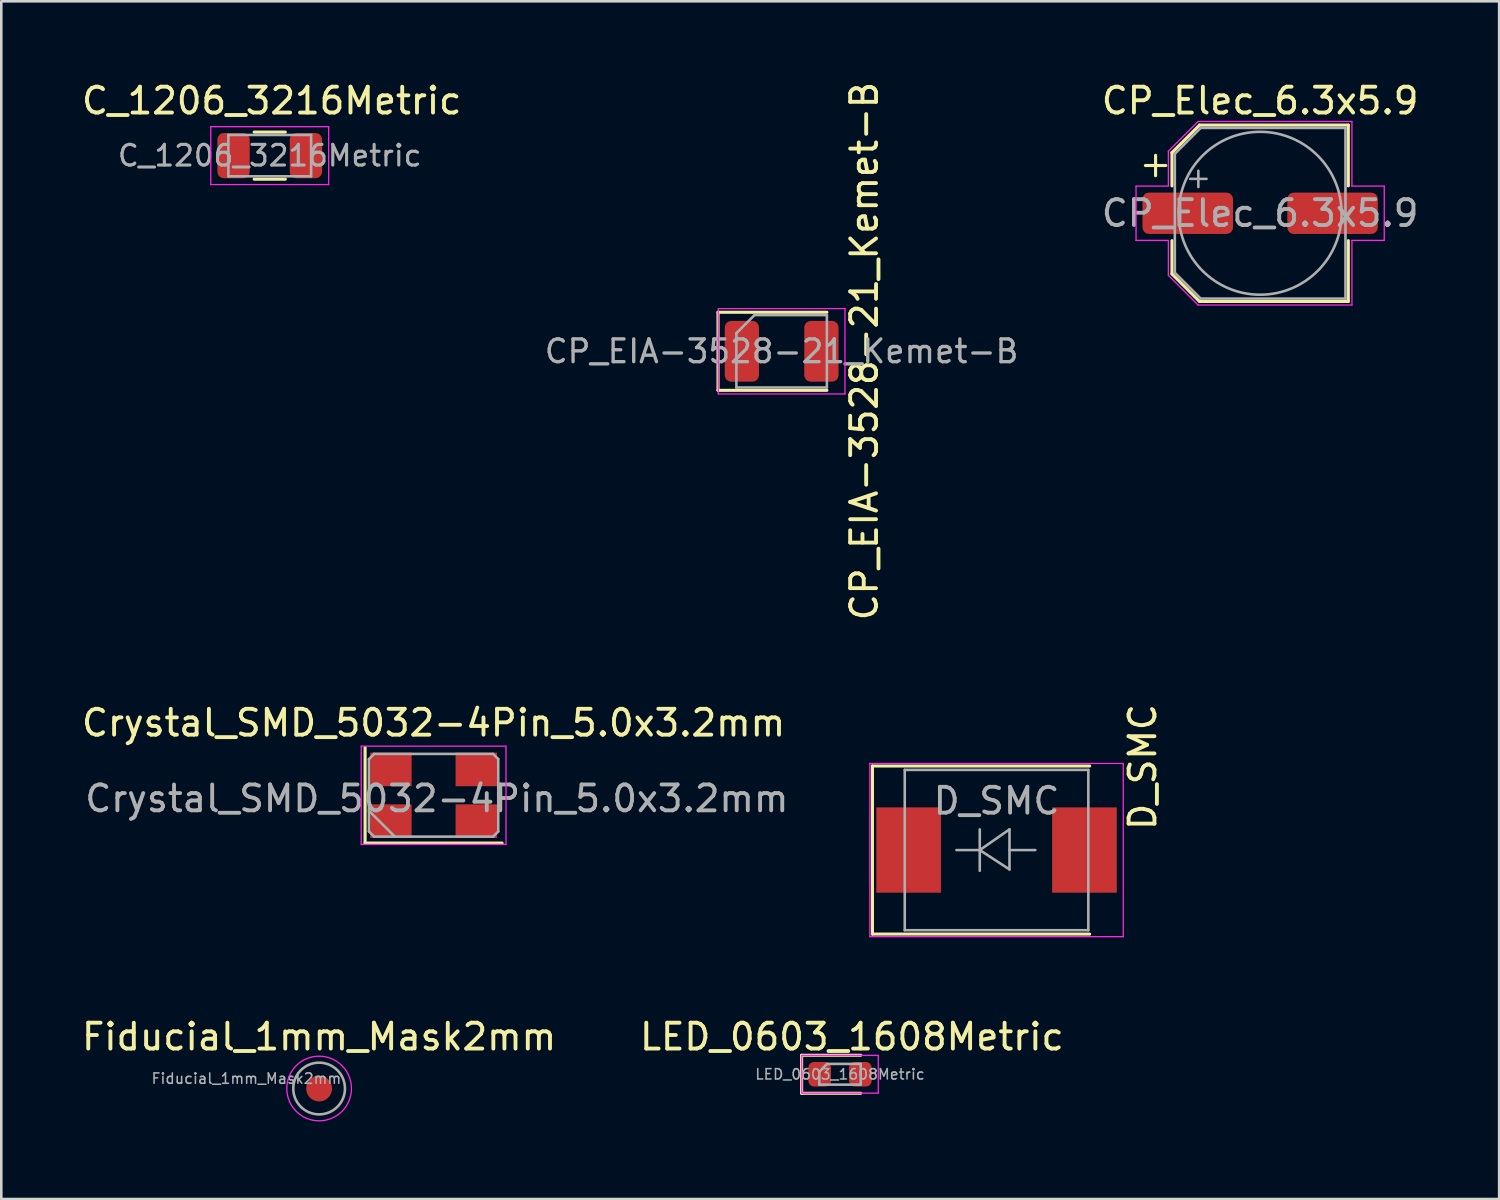
<source format=kicad_pcb>
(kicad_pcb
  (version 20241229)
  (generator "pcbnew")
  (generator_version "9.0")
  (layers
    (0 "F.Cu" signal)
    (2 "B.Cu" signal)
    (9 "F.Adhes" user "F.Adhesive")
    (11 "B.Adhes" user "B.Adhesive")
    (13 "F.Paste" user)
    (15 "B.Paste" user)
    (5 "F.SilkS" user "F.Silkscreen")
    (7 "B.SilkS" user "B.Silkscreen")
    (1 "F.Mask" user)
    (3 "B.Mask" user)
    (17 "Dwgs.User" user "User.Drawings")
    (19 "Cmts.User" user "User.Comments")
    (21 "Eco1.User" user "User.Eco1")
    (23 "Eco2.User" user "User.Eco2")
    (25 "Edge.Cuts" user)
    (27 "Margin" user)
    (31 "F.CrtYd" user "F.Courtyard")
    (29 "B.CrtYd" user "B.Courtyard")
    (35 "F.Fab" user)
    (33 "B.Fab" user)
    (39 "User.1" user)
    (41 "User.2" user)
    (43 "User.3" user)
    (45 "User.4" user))
  (footprint "CP_Elec_6.3x5.9"
    (layer "F.Cu")
    (at 45.687 5.198)
    (property "Reference" "CP_Elec_6.3x5.9" (at 0 -4.35 180) (layer "F.SilkS") (effects (font (size 1 1) (thickness 0.15))))
    (attr smd)
    (fp_line (start -4.438 -1.847) (end -3.65 -1.847) (stroke (width 0.12) (type solid)) (layer "F.SilkS"))
    (fp_line (start -4.044 -2.241) (end -4.044 -1.454) (stroke (width 0.12) (type solid)) (layer "F.SilkS"))
    (fp_line (start -3.41 -2.346) (end -3.41 -1.06) (stroke (width 0.12) (type solid)) (layer "F.SilkS"))
    (fp_line (start -3.41 -2.346) (end -2.346 -3.41) (stroke (width 0.12) (type solid)) (layer "F.SilkS"))
    (fp_line (start -3.41 2.346) (end -3.41 1.06) (stroke (width 0.12) (type solid)) (layer "F.SilkS"))
    (fp_line (start -3.41 2.346) (end -2.346 3.41) (stroke (width 0.12) (type solid)) (layer "F.SilkS"))
    (fp_line (start -2.346 -3.41) (end 3.41 -3.41) (stroke (width 0.12) (type solid)) (layer "F.SilkS"))
    (fp_line (start -2.346 3.41) (end 3.41 3.41) (stroke (width 0.12) (type solid)) (layer "F.SilkS"))
    (fp_line (start 3.41 -3.41) (end 3.41 -1.06) (stroke (width 0.12) (type solid)) (layer "F.SilkS"))
    (fp_line (start 3.41 3.41) (end 3.41 1.06) (stroke (width 0.12) (type solid)) (layer "F.SilkS"))
    (fp_line (start -4.8 -1.05) (end -4.8 1.05) (stroke (width 0.05) (type solid)) (layer "F.CrtYd"))
    (fp_line (start -4.8 1.05) (end -3.55 1.05) (stroke (width 0.05) (type solid)) (layer "F.CrtYd"))
    (fp_line (start -3.55 -2.4) (end -3.55 -1.05) (stroke (width 0.05) (type solid)) (layer "F.CrtYd"))
    (fp_line (start -3.55 -2.4) (end -2.4 -3.55) (stroke (width 0.05) (type solid)) (layer "F.CrtYd"))
    (fp_line (start -3.55 -1.05) (end -4.8 -1.05) (stroke (width 0.05) (type solid)) (layer "F.CrtYd"))
    (fp_line (start -3.55 1.05) (end -3.55 2.4) (stroke (width 0.05) (type solid)) (layer "F.CrtYd"))
    (fp_line (start -3.55 2.4) (end -2.4 3.55) (stroke (width 0.05) (type solid)) (layer "F.CrtYd"))
    (fp_line (start -2.4 -3.55) (end 3.55 -3.55) (stroke (width 0.05) (type solid)) (layer "F.CrtYd"))
    (fp_line (start -2.4 3.55) (end 3.55 3.55) (stroke (width 0.05) (type solid)) (layer "F.CrtYd"))
    (fp_line (start 3.55 -3.55) (end 3.55 -1.05) (stroke (width 0.05) (type solid)) (layer "F.CrtYd"))
    (fp_line (start 3.55 -1.05) (end 4.8 -1.05) (stroke (width 0.05) (type solid)) (layer "F.CrtYd"))
    (fp_line (start 3.55 1.05) (end 3.55 3.55) (stroke (width 0.05) (type solid)) (layer "F.CrtYd"))
    (fp_line (start 4.8 -1.05) (end 4.8 1.05) (stroke (width 0.05) (type solid)) (layer "F.CrtYd"))
    (fp_line (start 4.8 1.05) (end 3.55 1.05) (stroke (width 0.05) (type solid)) (layer "F.CrtYd"))
    (fp_line (start -3.3 -2.3) (end -3.3 2.3) (stroke (width 0.1) (type solid)) (layer "F.Fab"))
    (fp_line (start -3.3 -2.3) (end -2.3 -3.3) (stroke (width 0.1) (type solid)) (layer "F.Fab"))
    (fp_line (start -3.3 2.3) (end -2.3 3.3) (stroke (width 0.1) (type solid)) (layer "F.Fab"))
    (fp_line (start -2.705 -1.33) (end -2.075 -1.33) (stroke (width 0.1) (type solid)) (layer "F.Fab"))
    (fp_line (start -2.39 -1.645) (end -2.39 -1.015) (stroke (width 0.1) (type solid)) (layer "F.Fab"))
    (fp_line (start -2.3 -3.3) (end 3.3 -3.3) (stroke (width 0.1) (type solid)) (layer "F.Fab"))
    (fp_line (start -2.3 3.3) (end 3.3 3.3) (stroke (width 0.1) (type solid)) (layer "F.Fab"))
    (fp_line (start 3.3 -3.3) (end 3.3 3.3) (stroke (width 0.1) (type solid)) (layer "F.Fab"))
    (fp_circle (center 0 0) (end 3.15 0) (stroke (width 0.1) (type solid)) (fill no) (layer "F.Fab"))
    (fp_text user "${REFERENCE}" (at 0 0 180) (layer "F.Fab") (effects (font (size 1 1) (thickness 0.15))))
    (pad "1" smd roundrect (at -2.8 0) (size 3.5 1.6) (layers "F.Cu" "F.Mask" "F.Paste") (roundrect_rratio 0.156))
    (pad "2" smd roundrect (at 2.8 0) (size 3.5 1.6) (layers "F.Cu" "F.Mask" "F.Paste") (roundrect_rratio 0.156)))
  (footprint "CP_EIA-3528-21_Kemet-B"
    (layer "F.Cu")
    (at 27.18 10.537)
    (property "Reference" "CP_EIA-3528-21_Kemet-B" (at 3.196 -0.007 90) (layer "F.SilkS") (effects (font (size 1 1) (thickness 0.15))))
    (attr smd)
    (fp_line (start -2.46 -1.51) (end -2.46 1.51) (stroke (width 0.12) (type solid)) (layer "F.SilkS"))
    (fp_line (start -2.46 1.51) (end 1.75 1.51) (stroke (width 0.12) (type solid)) (layer "F.SilkS"))
    (fp_line (start 1.75 -1.51) (end -2.46 -1.51) (stroke (width 0.12) (type solid)) (layer "F.SilkS"))
    (fp_line (start -2.45 -1.65) (end 2.45 -1.65) (stroke (width 0.05) (type solid)) (layer "F.CrtYd"))
    (fp_line (start -2.45 1.65) (end -2.45 -1.65) (stroke (width 0.05) (type solid)) (layer "F.CrtYd"))
    (fp_line (start 2.45 -1.65) (end 2.45 1.65) (stroke (width 0.05) (type solid)) (layer "F.CrtYd"))
    (fp_line (start 2.45 1.65) (end -2.45 1.65) (stroke (width 0.05) (type solid)) (layer "F.CrtYd"))
    (fp_line (start -1.75 -0.7) (end -1.75 1.4) (stroke (width 0.1) (type solid)) (layer "F.Fab"))
    (fp_line (start -1.75 1.4) (end 1.75 1.4) (stroke (width 0.1) (type solid)) (layer "F.Fab"))
    (fp_line (start -1.05 -1.4) (end -1.75 -0.7) (stroke (width 0.1) (type solid)) (layer "F.Fab"))
    (fp_line (start 1.75 -1.4) (end -1.05 -1.4) (stroke (width 0.1) (type solid)) (layer "F.Fab"))
    (fp_line (start 1.75 1.4) (end 1.75 -1.4) (stroke (width 0.1) (type solid)) (layer "F.Fab"))
    (fp_text user "${REFERENCE}" (at 0 0 0) (layer "F.Fab") (effects (font (size 0.88 0.88) (thickness 0.13))))
    (pad "1" smd roundrect (at -1.538 0) (size 1.325 2.35) (layers "F.Cu" "F.Mask" "F.Paste") (roundrect_rratio 0.189))
    (pad "2" smd roundrect (at 1.538 0) (size 1.325 2.35) (layers "F.Cu" "F.Mask" "F.Paste") (roundrect_rratio 0.189)))
  (footprint "D_SMC"
    (layer "F.Cu")
    (at 35.492 29.826)
    (property "Reference" "D_SMC" (at 5.652 -3.213 90) (layer "F.SilkS") (effects (font (size 1 1) (thickness 0.15))))
    (attr smd)
    (fp_line (start -4.8 -3.25) (end 3.6 -3.25) (stroke (width 0.12) (type solid)) (layer "F.SilkS"))
    (fp_line (start -4.8 3.25) (end -4.8 -3.25) (stroke (width 0.12) (type solid)) (layer "F.SilkS"))
    (fp_line (start -4.8 3.25) (end 3.6 3.25) (stroke (width 0.12) (type solid)) (layer "F.SilkS"))
    (fp_line (start -4.9 -3.35) (end 4.9 -3.35) (stroke (width 0.05) (type solid)) (layer "F.CrtYd"))
    (fp_line (start -4.9 3.35) (end -4.9 -3.35) (stroke (width 0.05) (type solid)) (layer "F.CrtYd"))
    (fp_line (start 4.9 -3.35) (end 4.9 3.35) (stroke (width 0.05) (type solid)) (layer "F.CrtYd"))
    (fp_line (start 4.9 3.35) (end -4.9 3.35) (stroke (width 0.05) (type solid)) (layer "F.CrtYd"))
    (fp_line (start -3.55 3.1) (end -3.55 -3.1) (stroke (width 0.1) (type solid)) (layer "F.Fab"))
    (fp_line (start -0.649 -0.799) (end -0.649 0.801) (stroke (width 0.1) (type solid)) (layer "F.Fab"))
    (fp_line (start -0.649 0.001) (end -1.551 0.001) (stroke (width 0.1) (type solid)) (layer "F.Fab"))
    (fp_line (start -0.649 0.001) (end 0.501 -0.799) (stroke (width 0.1) (type solid)) (layer "F.Fab"))
    (fp_line (start -0.649 0.001) (end 0.501 0.75) (stroke (width 0.1) (type solid)) (layer "F.Fab"))
    (fp_line (start 0.501 0.001) (end 1.499 0.001) (stroke (width 0.1) (type solid)) (layer "F.Fab"))
    (fp_line (start 0.501 0.75) (end 0.501 -0.799) (stroke (width 0.1) (type solid)) (layer "F.Fab"))
    (fp_line (start 3.55 -3.1) (end -3.55 -3.1) (stroke (width 0.1) (type solid)) (layer "F.Fab"))
    (fp_line (start 3.55 -3.1) (end 3.55 3.1) (stroke (width 0.1) (type solid)) (layer "F.Fab"))
    (fp_line (start 3.55 3.1) (end -3.55 3.1) (stroke (width 0.1) (type solid)) (layer "F.Fab"))
    (fp_text user "${REFERENCE}" (at 0 -1.9 0) (layer "F.Fab") (effects (font (size 1 1) (thickness 0.15))))
    (pad "1" smd rect (at -3.4 0 90) (size 3.3 2.5) (layers "F.Cu" "F.Mask" "F.Paste"))
    (pad "2" smd rect (at 3.4 0 90) (size 3.3 2.5) (layers "F.Cu" "F.Mask" "F.Paste")))
  (footprint "LED_0603_1608Metric"
    (layer "F.Cu")
    (at 29.438 38.498)
    (property "Reference" "LED_0603_1608Metric" (at 0.46 -1.449 180) (layer "F.SilkS") (effects (font (size 1 1) (thickness 0.15))))
    (attr smd)
    (fp_line (start -1.485 -0.735) (end -1.485 0.735) (stroke (width 0.12) (type solid)) (layer "F.SilkS"))
    (fp_line (start -1.485 0.735) (end 0.8 0.735) (stroke (width 0.12) (type solid)) (layer "F.SilkS"))
    (fp_line (start 0.8 -0.735) (end -1.485 -0.735) (stroke (width 0.12) (type solid)) (layer "F.SilkS"))
    (fp_line (start -1.48 -0.73) (end 1.48 -0.73) (stroke (width 0.05) (type solid)) (layer "F.CrtYd"))
    (fp_line (start -1.48 0.73) (end -1.48 -0.73) (stroke (width 0.05) (type solid)) (layer "F.CrtYd"))
    (fp_line (start 1.48 -0.73) (end 1.48 0.73) (stroke (width 0.05) (type solid)) (layer "F.CrtYd"))
    (fp_line (start 1.48 0.73) (end -1.48 0.73) (stroke (width 0.05) (type solid)) (layer "F.CrtYd"))
    (fp_line (start -0.8 -0.1) (end -0.8 0.4) (stroke (width 0.1) (type solid)) (layer "F.Fab"))
    (fp_line (start -0.8 0.4) (end 0.8 0.4) (stroke (width 0.1) (type solid)) (layer "F.Fab"))
    (fp_line (start -0.5 -0.4) (end -0.8 -0.1) (stroke (width 0.1) (type solid)) (layer "F.Fab"))
    (fp_line (start 0.8 -0.4) (end -0.5 -0.4) (stroke (width 0.1) (type solid)) (layer "F.Fab"))
    (fp_line (start 0.8 0.4) (end 0.8 -0.4) (stroke (width 0.1) (type solid)) (layer "F.Fab"))
    (fp_text user "${REFERENCE}" (at 0 0 180) (layer "F.Fab") (effects (font (size 0.4 0.4) (thickness 0.06))))
    (pad "1" smd roundrect (at -0.787 0) (size 0.875 0.95) (layers "F.Cu" "F.Mask" "F.Paste") (roundrect_rratio 0.25))
    (pad "2" smd roundrect (at 0.787 0) (size 0.875 0.95) (layers "F.Cu" "F.Mask" "F.Paste") (roundrect_rratio 0.25)))
  (footprint "Fiducial_1mm_Mask2mm"
    (layer "F.Cu")
    (at 9.292 39.049)
    (property "Reference" "Fiducial_1mm_Mask2mm" (at 0 -2 0) (layer "F.SilkS") (effects (font (size 1 1) (thickness 0.15))))
    (attr smd)
    (fp_circle (center 0 0) (end 1.25 0) (stroke (width 0.05) (type solid)) (fill no) (layer "F.CrtYd"))
    (fp_circle (center 0 0) (end 1 0) (stroke (width 0.1) (type solid)) (fill no) (layer "F.Fab"))
    (fp_text user "${REFERENCE}" (at -2.812 -0.385 0) (layer "F.Fab") (effects (font (size 0.4 0.4) (thickness 0.06))))
    (pad "" smd circle (at 0 0) (size 1 1) (layers "F.Cu" "F.Mask")))
  (footprint "Crystal_SMD_5032-4Pin_5.0x3.2mm"
    (layer "F.Cu")
    (at 13.72 27.708)
    (property "Reference" "Crystal_SMD_5032-4Pin_5.0x3.2mm" (at 0 -2.8 0) (layer "F.SilkS") (effects (font (size 1 1) (thickness 0.15))))
    (attr smd)
    (fp_line (start -2.65 -1.85) (end -2.65 1.85) (stroke (width 0.12) (type solid)) (layer "F.SilkS"))
    (fp_line (start -2.65 1.85) (end 2.65 1.85) (stroke (width 0.12) (type solid)) (layer "F.SilkS"))
    (fp_line (start -2.8 -1.9) (end -2.8 1.9) (stroke (width 0.05) (type solid)) (layer "F.CrtYd"))
    (fp_line (start -2.8 1.9) (end 2.8 1.9) (stroke (width 0.05) (type solid)) (layer "F.CrtYd"))
    (fp_line (start 2.8 -1.9) (end -2.8 -1.9) (stroke (width 0.05) (type solid)) (layer "F.CrtYd"))
    (fp_line (start 2.8 1.9) (end 2.8 -1.9) (stroke (width 0.05) (type solid)) (layer "F.CrtYd"))
    (fp_line (start -2.5 -1.4) (end -2.3 -1.6) (stroke (width 0.1) (type solid)) (layer "F.Fab"))
    (fp_line (start -2.5 0.6) (end -1.5 1.6) (stroke (width 0.1) (type solid)) (layer "F.Fab"))
    (fp_line (start -2.5 1.4) (end -2.5 -1.4) (stroke (width 0.1) (type solid)) (layer "F.Fab"))
    (fp_line (start -2.3 -1.6) (end 2.3 -1.6) (stroke (width 0.1) (type solid)) (layer "F.Fab"))
    (fp_line (start -2.3 1.6) (end -2.5 1.4) (stroke (width 0.1) (type solid)) (layer "F.Fab"))
    (fp_line (start 2.3 -1.6) (end 2.5 -1.4) (stroke (width 0.1) (type solid)) (layer "F.Fab"))
    (fp_line (start 2.3 1.6) (end -2.3 1.6) (stroke (width 0.1) (type solid)) (layer "F.Fab"))
    (fp_line (start 2.5 -1.4) (end 2.5 1.4) (stroke (width 0.1) (type solid)) (layer "F.Fab"))
    (fp_line (start 2.5 1.4) (end 2.3 1.6) (stroke (width 0.1) (type solid)) (layer "F.Fab"))
    (fp_text user "${REFERENCE}" (at 0.127 0.127 0) (layer "F.Fab") (effects (font (size 1 1) (thickness 0.15))))
    (pad "1" smd rect (at -1.65 1) (size 1.6 1.3) (layers "F.Cu" "F.Mask" "F.Paste"))
    (pad "2" smd rect (at 1.65 1) (size 1.6 1.3) (layers "F.Cu" "F.Mask" "F.Paste"))
    (pad "3" smd rect (at 1.65 -1) (size 1.6 1.3) (layers "F.Cu" "F.Mask" "F.Paste"))
    (pad "4" smd rect (at -1.65 -1) (size 1.6 1.3) (layers "F.Cu" "F.Mask" "F.Paste")))
  (footprint "C_1206_3216Metric"
    (layer "F.Cu")
    (at 7.382 2.969)
    (property "Reference" "C_1206_3216Metric" (at 0.076 -2.121 0) (layer "F.SilkS") (effects (font (size 1 1) (thickness 0.15))))
    (attr smd)
    (fp_line (start -0.602 -0.91) (end 0.602 -0.91) (stroke (width 0.12) (type solid)) (layer "F.SilkS"))
    (fp_line (start -0.602 0.91) (end 0.602 0.91) (stroke (width 0.12) (type solid)) (layer "F.SilkS"))
    (fp_line (start -2.28 -1.12) (end 2.28 -1.12) (stroke (width 0.05) (type solid)) (layer "F.CrtYd"))
    (fp_line (start -2.28 1.12) (end -2.28 -1.12) (stroke (width 0.05) (type solid)) (layer "F.CrtYd"))
    (fp_line (start 2.28 -1.12) (end 2.28 1.12) (stroke (width 0.05) (type solid)) (layer "F.CrtYd"))
    (fp_line (start 2.28 1.12) (end -2.28 1.12) (stroke (width 0.05) (type solid)) (layer "F.CrtYd"))
    (fp_line (start -1.6 -0.8) (end 1.6 -0.8) (stroke (width 0.1) (type solid)) (layer "F.Fab"))
    (fp_line (start -1.6 0.8) (end -1.6 -0.8) (stroke (width 0.1) (type solid)) (layer "F.Fab"))
    (fp_line (start 1.6 -0.8) (end 1.6 0.8) (stroke (width 0.1) (type solid)) (layer "F.Fab"))
    (fp_line (start 1.6 0.8) (end -1.6 0.8) (stroke (width 0.1) (type solid)) (layer "F.Fab"))
    (fp_text user "${REFERENCE}" (at 0 0 0) (layer "F.Fab") (effects (font (size 0.8 0.8) (thickness 0.12))))
    (pad "1" smd roundrect (at -1.4 0) (size 1.25 1.75) (layers "F.Cu" "F.Mask" "F.Paste") (roundrect_rratio 0.2))
    (pad "2" smd roundrect (at 1.4 0) (size 1.25 1.75) (layers "F.Cu" "F.Mask" "F.Paste") (roundrect_rratio 0.2)))
  (gr_rect
    (start -3 -3)
    (end 54.931 43.324)
    (stroke (width 0.1) (type default))
    (fill no)
    (layer "Edge.Cuts")))
</source>
